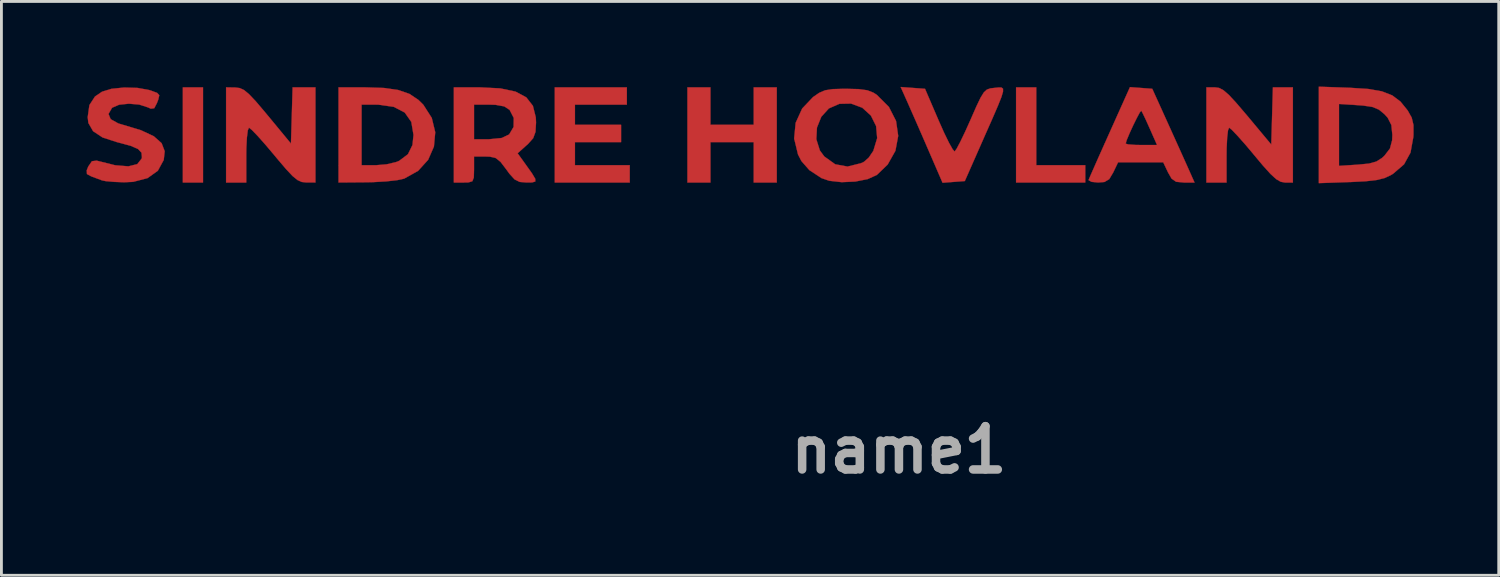
<source format=kicad_pcb>
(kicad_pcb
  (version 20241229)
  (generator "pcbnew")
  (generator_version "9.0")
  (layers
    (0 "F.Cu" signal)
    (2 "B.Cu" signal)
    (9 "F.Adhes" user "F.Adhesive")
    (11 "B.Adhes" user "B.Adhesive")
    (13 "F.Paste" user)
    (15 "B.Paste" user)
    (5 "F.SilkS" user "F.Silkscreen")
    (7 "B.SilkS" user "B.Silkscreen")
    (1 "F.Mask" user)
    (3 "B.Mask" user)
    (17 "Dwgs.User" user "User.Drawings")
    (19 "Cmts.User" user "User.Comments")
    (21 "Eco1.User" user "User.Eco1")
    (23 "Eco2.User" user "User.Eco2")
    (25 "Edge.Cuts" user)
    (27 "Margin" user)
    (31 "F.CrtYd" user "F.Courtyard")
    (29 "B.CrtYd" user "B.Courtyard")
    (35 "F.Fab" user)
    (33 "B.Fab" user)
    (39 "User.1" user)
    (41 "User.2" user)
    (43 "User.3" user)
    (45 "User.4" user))
  (footprint "name1"
    (layer "F.Cu")
    (at 24.627 4.803)
    (property "Reference" "name1" (at 4 8 0) (layer "F.Fab") (effects (font (size 1.524 1.524) (thickness 0.3))))
    (attr through_hole)
    (fp_poly (pts (xy -20.523 -1.422) (xy -21.234 -1.422) (xy -21.234 -4.775) (xy -20.523 -4.775) (xy -20.523 -1.422)) (stroke (width 0.01) (type solid)) (fill yes) (layer "F.Cu"))
    (fp_poly (pts (xy 8.839 -2.032) (xy 10.566 -2.032) (xy 10.566 -1.422) (xy 8.128 -1.422) (xy 8.128 -4.775) (xy 8.839 -4.775) (xy 8.839 -2.032)) (stroke (width 0.01) (type solid)) (fill yes) (layer "F.Cu"))
    (fp_poly (pts (xy -5.588 -4.166) (xy -7.417 -4.166) (xy -7.417 -3.454) (xy -5.791 -3.454) (xy -5.791 -2.845) (xy -7.417 -2.845) (xy -7.417 -2.032) (xy -5.486 -2.032) (xy -5.486 -1.422) (xy -8.128 -1.422) (xy -8.128 -4.775) (xy -5.588 -4.775) (xy -5.588 -4.166)) (stroke (width 0.01) (type solid)) (fill yes) (layer "F.Cu"))
    (fp_poly (pts (xy -2.642 -3.454) (xy -1.118 -3.454) (xy -1.118 -4.775) (xy -0.305 -4.775) (xy -0.305 -1.422) (xy -1.118 -1.422) (xy -1.118 -2.845) (xy -2.642 -2.845) (xy -2.642 -1.422) (xy -3.454 -1.422) (xy -3.454 -4.775) (xy -2.642 -4.775) (xy -2.642 -3.454)) (stroke (width 0.01) (type solid)) (fill yes) (layer "F.Cu"))
    (fp_poly (pts (xy -16.561 -1.422) (xy -16.891 -1.424) (xy -17.045 -1.441) (xy -17.193 -1.508) (xy -17.367 -1.649) (xy -17.596 -1.893) (xy -17.911 -2.263) (xy -18.015 -2.389) (xy -18.328 -2.759) (xy -18.598 -3.063) (xy -18.799 -3.271) (xy -18.902 -3.353) (xy -18.904 -3.353) (xy -18.945 -3.259) (xy -18.977 -3.005) (xy -18.996 -2.637) (xy -18.999 -2.388) (xy -18.999 -1.422) (xy -19.71 -1.422) (xy -19.71 -4.775) (xy -19.38 -4.769) (xy -19.227 -4.749) (xy -19.077 -4.68) (xy -18.901 -4.534) (xy -18.668 -4.288) (xy -18.35 -3.914) (xy -18.237 -3.778) (xy -17.424 -2.794) (xy -17.366 -4.775) (xy -16.561 -4.775) (xy -16.561 -1.422)) (stroke (width 0.01) (type solid)) (fill yes) (layer "F.Cu"))
    (fp_poly (pts (xy 15.28 -4.755) (xy 15.432 -4.676) (xy 15.619 -4.516) (xy 15.869 -4.248) (xy 16.211 -3.848) (xy 16.279 -3.768) (xy 17.12 -2.76) (xy 17.149 -3.768) (xy 17.178 -4.775) (xy 17.882 -4.775) (xy 17.882 -1.422) (xy 17.597 -1.422) (xy 17.453 -1.448) (xy 17.294 -1.54) (xy 17.093 -1.724) (xy 16.821 -2.025) (xy 16.518 -2.388) (xy 16.207 -2.758) (xy 15.937 -3.062) (xy 15.738 -3.271) (xy 15.636 -3.353) (xy 15.634 -3.353) (xy 15.596 -3.259) (xy 15.566 -3.005) (xy 15.548 -2.637) (xy 15.545 -2.388) (xy 15.545 -1.422) (xy 14.834 -1.422) (xy 14.834 -4.775) (xy 15.136 -4.775) (xy 15.28 -4.755)) (stroke (width 0.01) (type solid)) (fill yes) (layer "F.Cu"))
    (fp_poly (pts (xy 4.919 -4.724) (xy 5.399 -3.607) (xy 5.591 -3.176) (xy 5.761 -2.827) (xy 5.891 -2.595) (xy 5.962 -2.514) (xy 5.962 -2.514) (xy 6.033 -2.612) (xy 6.164 -2.859) (xy 6.336 -3.218) (xy 6.522 -3.632) (xy 6.726 -4.097) (xy 6.875 -4.408) (xy 6.991 -4.597) (xy 7.1 -4.697) (xy 7.226 -4.74) (xy 7.369 -4.756) (xy 7.512 -4.771) (xy 7.614 -4.769) (xy 7.668 -4.728) (xy 7.668 -4.624) (xy 7.611 -4.433) (xy 7.491 -4.132) (xy 7.303 -3.696) (xy 7.04 -3.103) (xy 6.971 -2.946) (xy 6.321 -1.473) (xy 5.537 -1.413) (xy 5.062 -2.51) (xy 4.843 -3.016) (xy 4.622 -3.522) (xy 4.43 -3.958) (xy 4.325 -4.197) (xy 4.061 -4.787) (xy 4.919 -4.724)) (stroke (width 0.01) (type solid)) (fill yes) (layer "F.Cu"))
    (fp_poly (pts (xy -14.152 -4.754) (xy -13.643 -4.681) (xy -13.251 -4.546) (xy -12.934 -4.334) (xy -12.761 -4.164) (xy -12.462 -3.698) (xy -12.34 -3.193) (xy -12.386 -2.688) (xy -12.59 -2.222) (xy -12.943 -1.833) (xy -13.433 -1.559) (xy -13.436 -1.558) (xy -13.683 -1.504) (xy -14.068 -1.461) (xy -14.526 -1.435) (xy -14.757 -1.43) (xy -15.748 -1.422) (xy -15.748 -4.166) (xy -14.935 -4.166) (xy -14.935 -2.032) (xy -14.422 -2.032) (xy -14.053 -2.063) (xy -13.719 -2.142) (xy -13.612 -2.185) (xy -13.302 -2.419) (xy -13.142 -2.743) (xy -13.106 -3.099) (xy -13.183 -3.557) (xy -13.414 -3.886) (xy -13.802 -4.088) (xy -14.349 -4.165) (xy -14.422 -4.166) (xy -14.935 -4.166) (xy -15.748 -4.166) (xy -15.748 -4.775) (xy -14.82 -4.775) (xy -14.152 -4.754)) (stroke (width 0.01) (type solid)) (fill yes) (layer "F.Cu"))
    (fp_poly (pts (xy 19.888 -4.76) (xy 20.534 -4.719) (xy 21.019 -4.634) (xy 21.385 -4.491) (xy 21.674 -4.273) (xy 21.925 -3.963) (xy 21.929 -3.957) (xy 22.07 -3.706) (xy 22.131 -3.449) (xy 22.131 -3.096) (xy 22.126 -3.021) (xy 22.027 -2.476) (xy 21.799 -2.062) (xy 21.415 -1.732) (xy 21.325 -1.677) (xy 21.11 -1.578) (xy 20.835 -1.51) (xy 20.452 -1.466) (xy 19.916 -1.438) (xy 19.888 -1.438) (xy 18.796 -1.4) (xy 18.796 -2.008) (xy 19.507 -2.008) (xy 20.17 -2.051) (xy 20.564 -2.089) (xy 20.824 -2.161) (xy 21.023 -2.288) (xy 21.11 -2.369) (xy 21.302 -2.618) (xy 21.379 -2.907) (xy 21.387 -3.099) (xy 21.352 -3.447) (xy 21.223 -3.703) (xy 21.11 -3.828) (xy 20.917 -3.988) (xy 20.692 -4.082) (xy 20.367 -4.132) (xy 20.17 -4.147) (xy 19.507 -4.189) (xy 19.507 -2.008) (xy 18.796 -2.008) (xy 18.796 -4.798) (xy 19.888 -4.76)) (stroke (width 0.01) (type solid)) (fill yes) (layer "F.Cu"))
    (fp_poly (pts (xy 12.534 -4.754) (xy 12.927 -4.724) (xy 13.433 -3.607) (xy 13.659 -3.108) (xy 13.88 -2.618) (xy 14.068 -2.201) (xy 14.178 -1.956) (xy 14.416 -1.422) (xy 14.034 -1.422) (xy 13.768 -1.447) (xy 13.607 -1.559) (xy 13.482 -1.778) (xy 13.313 -2.134) (xy 11.722 -2.134) (xy 11.552 -1.778) (xy 11.411 -1.54) (xy 11.243 -1.44) (xy 11.017 -1.422) (xy 10.788 -1.445) (xy 10.684 -1.502) (xy 10.685 -1.517) (xy 10.736 -1.637) (xy 10.856 -1.91) (xy 11.03 -2.304) (xy 11.245 -2.785) (xy 11.248 -2.791) (xy 11.989 -2.791) (xy 11.989 -2.791) (xy 12.081 -2.765) (xy 12.317 -2.747) (xy 12.542 -2.743) (xy 13.095 -2.743) (xy 12.837 -3.327) (xy 12.697 -3.638) (xy 12.588 -3.865) (xy 12.54 -3.953) (xy 12.486 -3.887) (xy 12.381 -3.693) (xy 12.251 -3.429) (xy 12.124 -3.151) (xy 12.027 -2.919) (xy 11.989 -2.791) (xy 11.248 -2.791) (xy 11.43 -3.198) (xy 12.141 -4.783) (xy 12.534 -4.754)) (stroke (width 0.01) (type solid)) (fill yes) (layer "F.Cu"))
    (fp_poly (pts (xy -10.05 -4.739) (xy -9.51 -4.625) (xy -9.131 -4.422) (xy -8.898 -4.123) (xy -8.796 -3.716) (xy -8.788 -3.537) (xy -8.807 -3.206) (xy -8.888 -2.984) (xy -9.069 -2.781) (xy -9.113 -2.742) (xy -9.437 -2.452) (xy -9.158 -2.064) (xy -8.929 -1.742) (xy -8.815 -1.551) (xy -8.814 -1.457) (xy -8.924 -1.425) (xy -9.118 -1.422) (xy -9.363 -1.442) (xy -9.542 -1.529) (xy -9.722 -1.726) (xy -9.834 -1.88) (xy -10.038 -2.148) (xy -10.208 -2.284) (xy -10.411 -2.332) (xy -10.564 -2.337) (xy -10.973 -2.337) (xy -10.973 -1.88) (xy -10.98 -1.599) (xy -11.032 -1.466) (xy -11.17 -1.425) (xy -11.328 -1.422) (xy -11.684 -1.422) (xy -11.684 -4.166) (xy -10.973 -4.166) (xy -10.973 -2.946) (xy -10.447 -2.946) (xy -10.002 -2.99) (xy -9.736 -3.115) (xy -9.579 -3.38) (xy -9.574 -3.698) (xy -9.719 -3.98) (xy -9.908 -4.104) (xy -10.215 -4.159) (xy -10.43 -4.166) (xy -10.973 -4.166) (xy -11.684 -4.166) (xy -11.684 -4.775) (xy -10.766 -4.775) (xy -10.05 -4.739)) (stroke (width 0.01) (type solid)) (fill yes) (layer "F.Cu"))
    (fp_poly (pts (xy 2.585 -4.713) (xy 2.884 -4.672) (xy 3.101 -4.588) (xy 3.218 -4.512) (xy 3.646 -4.085) (xy 3.898 -3.591) (xy 3.974 -3.065) (xy 3.876 -2.54) (xy 3.602 -2.054) (xy 3.223 -1.689) (xy 2.9 -1.542) (xy 2.46 -1.455) (xy 1.982 -1.434) (xy 1.543 -1.483) (xy 1.27 -1.577) (xy 0.842 -1.859) (xy 0.562 -2.179) (xy 0.443 -2.41) (xy 0.314 -2.946) (xy 1.089 -2.946) (xy 1.213 -2.552) (xy 1.369 -2.34) (xy 1.754 -2.064) (xy 2.188 -1.984) (xy 2.664 -2.102) (xy 2.768 -2.151) (xy 2.938 -2.302) (xy 3.098 -2.538) (xy 3.233 -2.985) (xy 3.195 -3.411) (xy 3.012 -3.78) (xy 2.709 -4.056) (xy 2.312 -4.203) (xy 1.902 -4.195) (xy 1.531 -4.032) (xy 1.263 -3.736) (xy 1.111 -3.357) (xy 1.089 -2.946) (xy 0.314 -2.946) (xy 0.307 -2.971) (xy 0.36 -3.524) (xy 0.59 -4.029) (xy 0.972 -4.432) (xy 1.191 -4.583) (xy 1.398 -4.671) (xy 1.659 -4.713) (xy 2.043 -4.724) (xy 2.144 -4.724) (xy 2.585 -4.713)) (stroke (width 0.01) (type solid)) (fill yes) (layer "F.Cu"))
    (fp_poly (pts (xy -22.83 -4.755) (xy -22.419 -4.68) (xy -22.367 -4.664) (xy -22.14 -4.58) (xy -22.064 -4.498) (xy -22.1 -4.343) (xy -22.148 -4.219) (xy -22.242 -4.039) (xy -22.363 -4.023) (xy -22.461 -4.068) (xy -22.77 -4.168) (xy -23.136 -4.199) (xy -23.479 -4.163) (xy -23.719 -4.06) (xy -23.734 -4.046) (xy -23.854 -3.837) (xy -23.777 -3.653) (xy -23.509 -3.504) (xy -23.348 -3.456) (xy -22.707 -3.263) (xy -22.256 -3.051) (xy -21.982 -2.808) (xy -21.873 -2.524) (xy -21.907 -2.217) (xy -22.115 -1.836) (xy -22.479 -1.576) (xy -22.985 -1.445) (xy -23.307 -1.43) (xy -23.663 -1.444) (xy -23.951 -1.47) (xy -24.079 -1.496) (xy -24.297 -1.577) (xy -24.459 -1.637) (xy -24.613 -1.72) (xy -24.622 -1.849) (xy -24.567 -1.985) (xy -24.438 -2.172) (xy -24.268 -2.193) (xy -24.238 -2.184) (xy -23.62 -2.03) (xy -23.152 -1.992) (xy -22.839 -2.07) (xy -22.686 -2.264) (xy -22.676 -2.311) (xy -22.691 -2.473) (xy -22.811 -2.601) (xy -23.066 -2.713) (xy -23.489 -2.828) (xy -23.545 -2.841) (xy -24.063 -3.009) (xy -24.397 -3.23) (xy -24.563 -3.52) (xy -24.587 -3.722) (xy -24.527 -4.15) (xy -24.33 -4.452) (xy -24.081 -4.622) (xy -23.747 -4.724) (xy -23.301 -4.769) (xy -22.83 -4.755)) (stroke (width 0.01) (type solid)) (fill yes) (layer "F.Cu"))
    (fp_poly (pts (xy -20.523 -1.422) (xy -21.234 -1.422) (xy -21.234 -4.775) (xy -20.523 -4.775) (xy -20.523 -1.422)) (stroke (width 0.01) (type solid)) (fill yes) (layer "F.Mask"))
    (fp_poly (pts (xy 8.839 -2.032) (xy 10.566 -2.032) (xy 10.566 -1.422) (xy 8.128 -1.422) (xy 8.128 -4.775) (xy 8.839 -4.775) (xy 8.839 -2.032)) (stroke (width 0.01) (type solid)) (fill yes) (layer "F.Mask"))
    (fp_poly (pts (xy -5.588 -4.166) (xy -7.417 -4.166) (xy -7.417 -3.454) (xy -5.791 -3.454) (xy -5.791 -2.845) (xy -7.417 -2.845) (xy -7.417 -2.032) (xy -5.486 -2.032) (xy -5.486 -1.422) (xy -8.128 -1.422) (xy -8.128 -4.775) (xy -5.588 -4.775) (xy -5.588 -4.166)) (stroke (width 0.01) (type solid)) (fill yes) (layer "F.Mask"))
    (fp_poly (pts (xy -2.642 -3.454) (xy -1.118 -3.454) (xy -1.118 -4.775) (xy -0.305 -4.775) (xy -0.305 -1.422) (xy -1.118 -1.422) (xy -1.118 -2.845) (xy -2.642 -2.845) (xy -2.642 -1.422) (xy -3.454 -1.422) (xy -3.454 -4.775) (xy -2.642 -4.775) (xy -2.642 -3.454)) (stroke (width 0.01) (type solid)) (fill yes) (layer "F.Mask"))
    (fp_poly (pts (xy -16.561 -1.422) (xy -16.891 -1.424) (xy -17.045 -1.441) (xy -17.193 -1.508) (xy -17.367 -1.649) (xy -17.596 -1.893) (xy -17.911 -2.263) (xy -18.015 -2.389) (xy -18.328 -2.759) (xy -18.598 -3.063) (xy -18.799 -3.271) (xy -18.902 -3.353) (xy -18.904 -3.353) (xy -18.945 -3.259) (xy -18.977 -3.005) (xy -18.996 -2.637) (xy -18.999 -2.388) (xy -18.999 -1.422) (xy -19.71 -1.422) (xy -19.71 -4.775) (xy -19.38 -4.769) (xy -19.227 -4.749) (xy -19.077 -4.68) (xy -18.901 -4.534) (xy -18.668 -4.288) (xy -18.35 -3.914) (xy -18.237 -3.778) (xy -17.424 -2.794) (xy -17.366 -4.775) (xy -16.561 -4.775) (xy -16.561 -1.422)) (stroke (width 0.01) (type solid)) (fill yes) (layer "F.Mask"))
    (fp_poly (pts (xy 15.28 -4.755) (xy 15.432 -4.676) (xy 15.619 -4.516) (xy 15.869 -4.248) (xy 16.211 -3.848) (xy 16.279 -3.768) (xy 17.12 -2.76) (xy 17.149 -3.768) (xy 17.178 -4.775) (xy 17.882 -4.775) (xy 17.882 -1.422) (xy 17.597 -1.422) (xy 17.453 -1.448) (xy 17.294 -1.54) (xy 17.093 -1.724) (xy 16.821 -2.025) (xy 16.518 -2.388) (xy 16.207 -2.758) (xy 15.937 -3.062) (xy 15.738 -3.271) (xy 15.636 -3.353) (xy 15.634 -3.353) (xy 15.596 -3.259) (xy 15.566 -3.005) (xy 15.548 -2.637) (xy 15.545 -2.388) (xy 15.545 -1.422) (xy 14.834 -1.422) (xy 14.834 -4.775) (xy 15.136 -4.775) (xy 15.28 -4.755)) (stroke (width 0.01) (type solid)) (fill yes) (layer "F.Mask"))
    (fp_poly (pts (xy 4.919 -4.724) (xy 5.399 -3.607) (xy 5.591 -3.176) (xy 5.761 -2.827) (xy 5.891 -2.595) (xy 5.962 -2.514) (xy 5.962 -2.514) (xy 6.033 -2.612) (xy 6.164 -2.859) (xy 6.336 -3.218) (xy 6.522 -3.632) (xy 6.726 -4.097) (xy 6.875 -4.408) (xy 6.991 -4.597) (xy 7.1 -4.697) (xy 7.226 -4.74) (xy 7.369 -4.756) (xy 7.512 -4.771) (xy 7.614 -4.769) (xy 7.668 -4.728) (xy 7.668 -4.624) (xy 7.611 -4.433) (xy 7.491 -4.132) (xy 7.303 -3.696) (xy 7.04 -3.103) (xy 6.971 -2.946) (xy 6.321 -1.473) (xy 5.537 -1.413) (xy 5.062 -2.51) (xy 4.843 -3.016) (xy 4.622 -3.522) (xy 4.43 -3.958) (xy 4.325 -4.197) (xy 4.061 -4.787) (xy 4.919 -4.724)) (stroke (width 0.01) (type solid)) (fill yes) (layer "F.Mask"))
    (fp_poly (pts (xy -14.152 -4.754) (xy -13.643 -4.681) (xy -13.251 -4.546) (xy -12.934 -4.334) (xy -12.761 -4.164) (xy -12.462 -3.698) (xy -12.34 -3.193) (xy -12.386 -2.688) (xy -12.59 -2.222) (xy -12.943 -1.833) (xy -13.433 -1.559) (xy -13.436 -1.558) (xy -13.683 -1.504) (xy -14.068 -1.461) (xy -14.526 -1.435) (xy -14.757 -1.43) (xy -15.748 -1.422) (xy -15.748 -4.166) (xy -14.935 -4.166) (xy -14.935 -2.032) (xy -14.422 -2.032) (xy -14.053 -2.063) (xy -13.719 -2.142) (xy -13.612 -2.185) (xy -13.302 -2.419) (xy -13.142 -2.743) (xy -13.106 -3.099) (xy -13.183 -3.557) (xy -13.414 -3.886) (xy -13.802 -4.088) (xy -14.349 -4.165) (xy -14.422 -4.166) (xy -14.935 -4.166) (xy -15.748 -4.166) (xy -15.748 -4.775) (xy -14.82 -4.775) (xy -14.152 -4.754)) (stroke (width 0.01) (type solid)) (fill yes) (layer "F.Mask"))
    (fp_poly (pts (xy 19.888 -4.76) (xy 20.534 -4.719) (xy 21.019 -4.634) (xy 21.385 -4.491) (xy 21.674 -4.273) (xy 21.925 -3.963) (xy 21.929 -3.957) (xy 22.07 -3.706) (xy 22.131 -3.449) (xy 22.131 -3.096) (xy 22.126 -3.021) (xy 22.027 -2.476) (xy 21.799 -2.062) (xy 21.415 -1.732) (xy 21.325 -1.677) (xy 21.11 -1.578) (xy 20.835 -1.51) (xy 20.452 -1.466) (xy 19.916 -1.438) (xy 19.888 -1.438) (xy 18.796 -1.4) (xy 18.796 -2.008) (xy 19.507 -2.008) (xy 20.17 -2.051) (xy 20.564 -2.089) (xy 20.824 -2.161) (xy 21.023 -2.288) (xy 21.11 -2.369) (xy 21.302 -2.618) (xy 21.379 -2.907) (xy 21.387 -3.099) (xy 21.352 -3.447) (xy 21.223 -3.703) (xy 21.11 -3.828) (xy 20.917 -3.988) (xy 20.692 -4.082) (xy 20.367 -4.132) (xy 20.17 -4.147) (xy 19.507 -4.189) (xy 19.507 -2.008) (xy 18.796 -2.008) (xy 18.796 -4.798) (xy 19.888 -4.76)) (stroke (width 0.01) (type solid)) (fill yes) (layer "F.Mask"))
    (fp_poly (pts (xy 12.534 -4.754) (xy 12.927 -4.724) (xy 13.433 -3.607) (xy 13.659 -3.108) (xy 13.88 -2.618) (xy 14.068 -2.201) (xy 14.178 -1.956) (xy 14.416 -1.422) (xy 14.034 -1.422) (xy 13.768 -1.447) (xy 13.607 -1.559) (xy 13.482 -1.778) (xy 13.313 -2.134) (xy 11.722 -2.134) (xy 11.552 -1.778) (xy 11.411 -1.54) (xy 11.243 -1.44) (xy 11.017 -1.422) (xy 10.788 -1.445) (xy 10.684 -1.502) (xy 10.685 -1.517) (xy 10.736 -1.637) (xy 10.856 -1.91) (xy 11.03 -2.304) (xy 11.245 -2.785) (xy 11.248 -2.791) (xy 11.989 -2.791) (xy 11.989 -2.791) (xy 12.081 -2.765) (xy 12.317 -2.747) (xy 12.542 -2.743) (xy 13.095 -2.743) (xy 12.837 -3.327) (xy 12.697 -3.638) (xy 12.588 -3.865) (xy 12.54 -3.953) (xy 12.486 -3.887) (xy 12.381 -3.693) (xy 12.251 -3.429) (xy 12.124 -3.151) (xy 12.027 -2.919) (xy 11.989 -2.791) (xy 11.248 -2.791) (xy 11.43 -3.198) (xy 12.141 -4.783) (xy 12.534 -4.754)) (stroke (width 0.01) (type solid)) (fill yes) (layer "F.Mask"))
    (fp_poly (pts (xy -10.05 -4.739) (xy -9.51 -4.625) (xy -9.131 -4.422) (xy -8.898 -4.123) (xy -8.796 -3.716) (xy -8.788 -3.537) (xy -8.807 -3.206) (xy -8.888 -2.984) (xy -9.069 -2.781) (xy -9.113 -2.742) (xy -9.437 -2.452) (xy -9.158 -2.064) (xy -8.929 -1.742) (xy -8.815 -1.551) (xy -8.814 -1.457) (xy -8.924 -1.425) (xy -9.118 -1.422) (xy -9.363 -1.442) (xy -9.542 -1.529) (xy -9.722 -1.726) (xy -9.834 -1.88) (xy -10.038 -2.148) (xy -10.208 -2.284) (xy -10.411 -2.332) (xy -10.564 -2.337) (xy -10.973 -2.337) (xy -10.973 -1.88) (xy -10.98 -1.599) (xy -11.032 -1.466) (xy -11.17 -1.425) (xy -11.328 -1.422) (xy -11.684 -1.422) (xy -11.684 -4.166) (xy -10.973 -4.166) (xy -10.973 -2.946) (xy -10.447 -2.946) (xy -10.002 -2.99) (xy -9.736 -3.115) (xy -9.579 -3.38) (xy -9.574 -3.698) (xy -9.719 -3.98) (xy -9.908 -4.104) (xy -10.215 -4.159) (xy -10.43 -4.166) (xy -10.973 -4.166) (xy -11.684 -4.166) (xy -11.684 -4.775) (xy -10.766 -4.775) (xy -10.05 -4.739)) (stroke (width 0.01) (type solid)) (fill yes) (layer "F.Mask"))
    (fp_poly (pts (xy 2.585 -4.713) (xy 2.884 -4.672) (xy 3.101 -4.588) (xy 3.218 -4.512) (xy 3.646 -4.085) (xy 3.898 -3.591) (xy 3.974 -3.065) (xy 3.876 -2.54) (xy 3.602 -2.054) (xy 3.223 -1.689) (xy 2.9 -1.542) (xy 2.46 -1.455) (xy 1.982 -1.434) (xy 1.543 -1.483) (xy 1.27 -1.577) (xy 0.842 -1.859) (xy 0.562 -2.179) (xy 0.443 -2.41) (xy 0.314 -2.946) (xy 1.089 -2.946) (xy 1.213 -2.552) (xy 1.369 -2.34) (xy 1.754 -2.064) (xy 2.188 -1.984) (xy 2.664 -2.102) (xy 2.768 -2.151) (xy 2.938 -2.302) (xy 3.098 -2.538) (xy 3.233 -2.985) (xy 3.195 -3.411) (xy 3.012 -3.78) (xy 2.709 -4.056) (xy 2.312 -4.203) (xy 1.902 -4.195) (xy 1.531 -4.032) (xy 1.263 -3.736) (xy 1.111 -3.357) (xy 1.089 -2.946) (xy 0.314 -2.946) (xy 0.307 -2.971) (xy 0.36 -3.524) (xy 0.59 -4.029) (xy 0.972 -4.432) (xy 1.191 -4.583) (xy 1.398 -4.671) (xy 1.659 -4.713) (xy 2.043 -4.724) (xy 2.144 -4.724) (xy 2.585 -4.713)) (stroke (width 0.01) (type solid)) (fill yes) (layer "F.Mask"))
    (fp_poly (pts (xy -22.83 -4.755) (xy -22.419 -4.68) (xy -22.367 -4.664) (xy -22.14 -4.58) (xy -22.064 -4.498) (xy -22.1 -4.343) (xy -22.148 -4.219) (xy -22.242 -4.039) (xy -22.363 -4.023) (xy -22.461 -4.068) (xy -22.77 -4.168) (xy -23.136 -4.199) (xy -23.479 -4.163) (xy -23.719 -4.06) (xy -23.734 -4.046) (xy -23.854 -3.837) (xy -23.777 -3.653) (xy -23.509 -3.504) (xy -23.348 -3.456) (xy -22.707 -3.263) (xy -22.256 -3.051) (xy -21.982 -2.808) (xy -21.873 -2.524) (xy -21.907 -2.217) (xy -22.115 -1.836) (xy -22.479 -1.576) (xy -22.985 -1.445) (xy -23.307 -1.43) (xy -23.663 -1.444) (xy -23.951 -1.47) (xy -24.079 -1.496) (xy -24.297 -1.577) (xy -24.459 -1.637) (xy -24.613 -1.72) (xy -24.622 -1.849) (xy -24.567 -1.985) (xy -24.438 -2.172) (xy -24.268 -2.193) (xy -24.238 -2.184) (xy -23.62 -2.03) (xy -23.152 -1.992) (xy -22.839 -2.07) (xy -22.686 -2.264) (xy -22.676 -2.311) (xy -22.691 -2.473) (xy -22.811 -2.601) (xy -23.066 -2.713) (xy -23.489 -2.828) (xy -23.545 -2.841) (xy -24.063 -3.009) (xy -24.397 -3.23) (xy -24.563 -3.52) (xy -24.587 -3.722) (xy -24.527 -4.15) (xy -24.33 -4.452) (xy -24.081 -4.622) (xy -23.747 -4.724) (xy -23.301 -4.769) (xy -22.83 -4.755)) (stroke (width 0.01) (type solid)) (fill yes) (layer "F.Mask")))
  (gr_rect
    (start -3 -3)
    (end 49.763 17.221)
    (stroke (width 0.1) (type default))
    (fill no)
    (layer "Edge.Cuts")))
</source>
